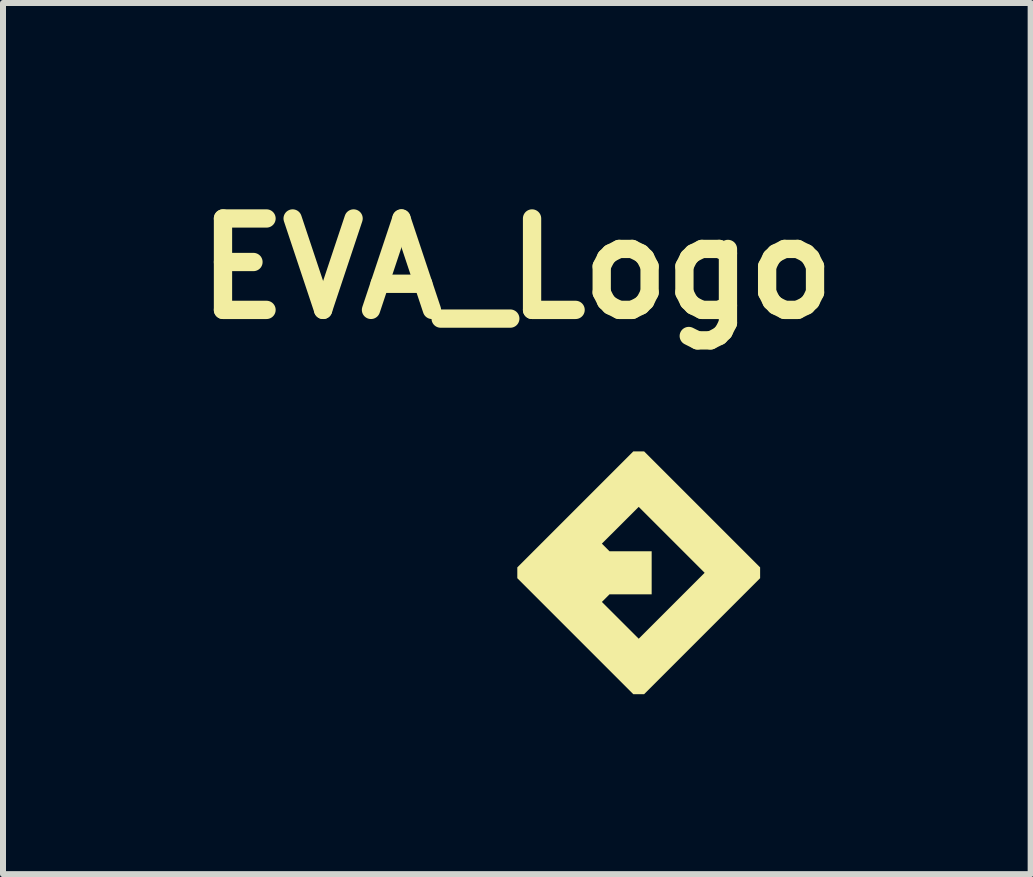
<source format=kicad_pcb>
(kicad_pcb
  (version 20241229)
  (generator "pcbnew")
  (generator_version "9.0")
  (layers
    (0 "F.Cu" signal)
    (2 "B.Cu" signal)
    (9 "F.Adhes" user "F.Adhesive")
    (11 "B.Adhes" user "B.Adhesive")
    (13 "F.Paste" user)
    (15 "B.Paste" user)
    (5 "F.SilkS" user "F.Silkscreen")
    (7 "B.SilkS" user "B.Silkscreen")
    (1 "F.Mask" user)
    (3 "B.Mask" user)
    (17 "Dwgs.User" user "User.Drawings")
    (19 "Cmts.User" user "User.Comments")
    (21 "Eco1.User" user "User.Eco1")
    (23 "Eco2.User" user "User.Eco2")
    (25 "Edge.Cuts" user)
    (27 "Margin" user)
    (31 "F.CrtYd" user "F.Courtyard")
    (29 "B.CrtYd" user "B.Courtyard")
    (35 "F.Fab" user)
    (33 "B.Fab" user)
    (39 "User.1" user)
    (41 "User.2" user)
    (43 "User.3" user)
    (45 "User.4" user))
  (footprint "EVA_Logo"
    (layer "F.Cu")
    (at 5.566 4.467)
    (property "Reference" "EVA_Logo" (at 0 -3.04 0) (layer "F.SilkS") (effects (font (size 1.524 1.524) (thickness 0.305))))
    (attr exclude_from_pos_files exclude_from_bom)
    (fp_poly (pts (xy 1.942 0.008) (xy 2.032 0.933) (xy 3.131 2.032) (xy 2.032 3.131) (xy 1.418 2.518) (xy 1.545 2.391) (xy 2.248 2.391) (xy 2.248 1.673) (xy 1.545 1.673) (xy 1.418 1.546) (xy 2.032 0.933) (xy 1.942 0.008) (xy 0.008 1.942) (xy 0.008 2.122) (xy 1.942 4.056) (xy 2.122 4.056) (xy 4.056 2.122) (xy 4.056 1.942) (xy 2.122 0.008) (xy 1.942 0.008)) (stroke (width 0) (type solid)) (fill yes) (layer "F.SilkS")))
  (gr_rect
    (start -3 -3)
    (end 14.132 11.523)
    (stroke (width 0.1) (type default))
    (fill no)
    (layer "Edge.Cuts")))
</source>
